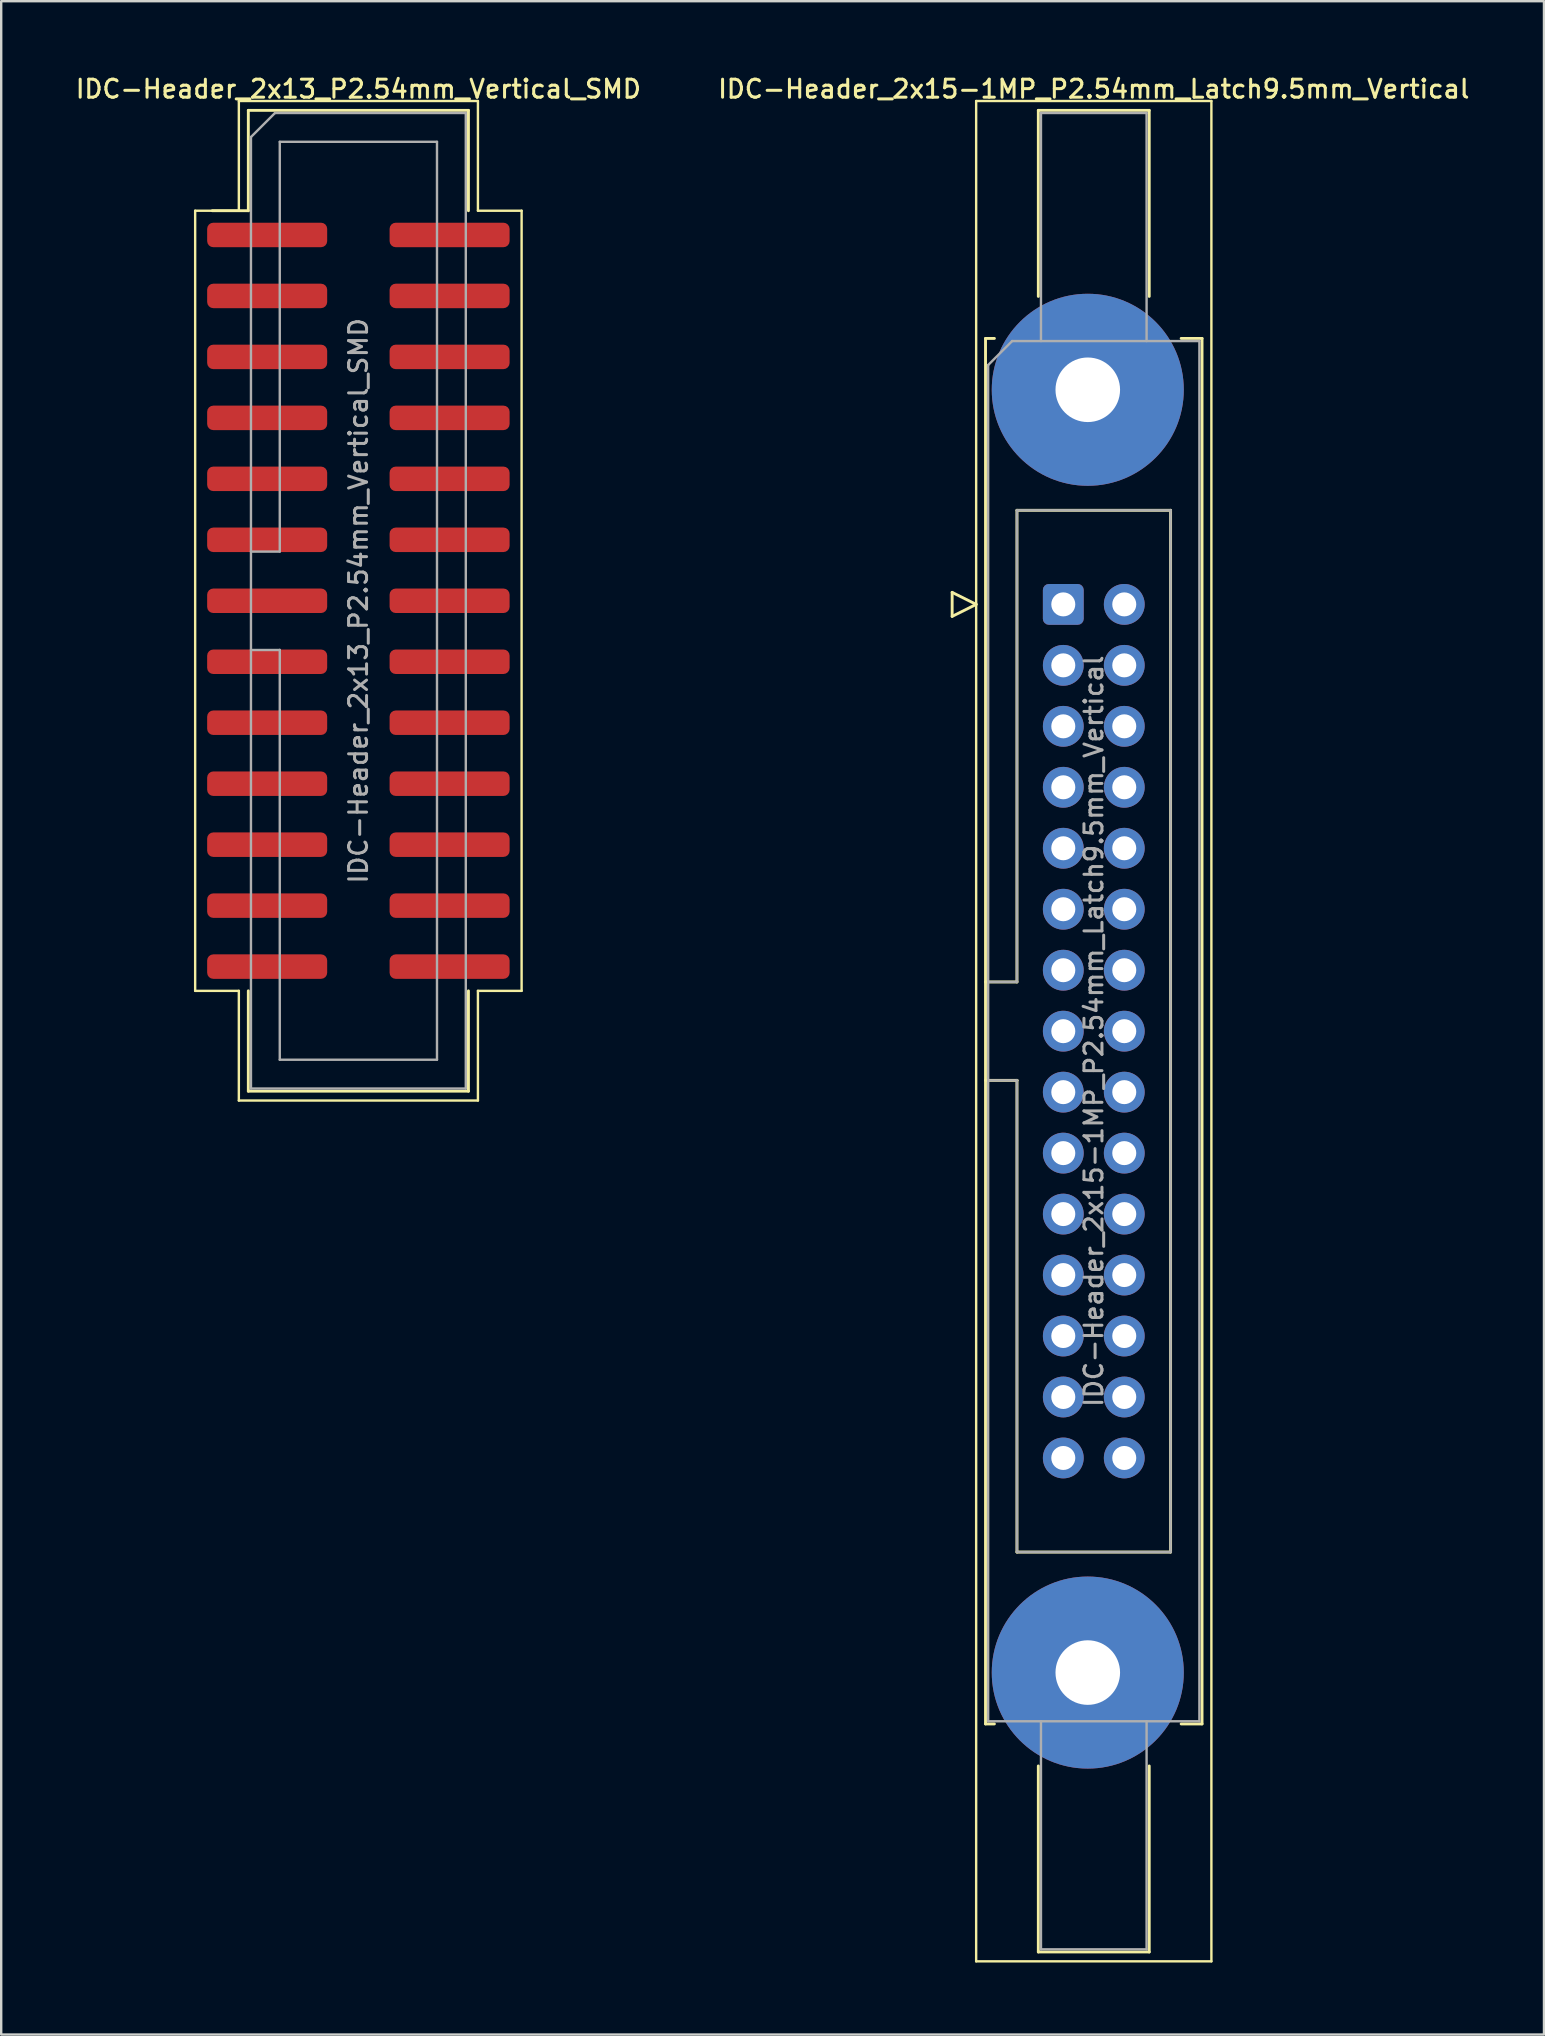
<source format=kicad_pcb>
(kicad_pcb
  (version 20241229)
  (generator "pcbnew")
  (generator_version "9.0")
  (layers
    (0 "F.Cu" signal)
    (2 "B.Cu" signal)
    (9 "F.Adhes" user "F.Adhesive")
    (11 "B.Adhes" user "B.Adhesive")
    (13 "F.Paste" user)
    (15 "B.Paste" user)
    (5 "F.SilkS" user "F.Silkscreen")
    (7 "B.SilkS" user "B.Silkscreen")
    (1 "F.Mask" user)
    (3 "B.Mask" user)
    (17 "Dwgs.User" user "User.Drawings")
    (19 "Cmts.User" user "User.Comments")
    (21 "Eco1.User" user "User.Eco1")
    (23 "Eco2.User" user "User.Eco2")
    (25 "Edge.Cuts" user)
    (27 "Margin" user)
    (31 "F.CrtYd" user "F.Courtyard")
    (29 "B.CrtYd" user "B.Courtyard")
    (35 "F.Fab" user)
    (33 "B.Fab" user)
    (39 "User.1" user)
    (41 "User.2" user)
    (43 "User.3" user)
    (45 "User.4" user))
  (footprint "IDC-Header_2x13_P2.54mm_Vertical_SMD"
    (layer "F.Cu")
    (at 11.88 21.978)
    (property "Reference" "IDC-Header_2x13_P2.54mm_Vertical_SMD" (at 0 -21.32 0) (layer "F.SilkS") (effects (font (size 0.75 0.75) (thickness 0.125))))
    (attr smd)
    (fp_line (start -6.8 -16.25) (end -6.8 16.25) (stroke (width 0.1) (type solid)) (layer "F.SilkS"))
    (fp_line (start -6.8 16.25) (end -4.98 16.25) (stroke (width 0.1) (type solid)) (layer "F.SilkS"))
    (fp_line (start -4.98 -20.82) (end -4.98 -16.25) (stroke (width 0.1) (type solid)) (layer "F.SilkS"))
    (fp_line (start -4.98 -16.25) (end -6.8 -16.25) (stroke (width 0.1) (type solid)) (layer "F.SilkS"))
    (fp_line (start -4.98 16.25) (end -4.98 20.82) (stroke (width 0.1) (type solid)) (layer "F.SilkS"))
    (fp_line (start -4.98 20.82) (end 4.98 20.82) (stroke (width 0.1) (type solid)) (layer "F.SilkS"))
    (fp_line (start -4.585 -20.43) (end 4.585 -20.43) (stroke (width 0.12) (type solid)) (layer "F.SilkS"))
    (fp_line (start -4.585 -16.25) (end -6.085 -16.25) (stroke (width 0.12) (type solid)) (layer "F.SilkS"))
    (fp_line (start -4.585 -16.25) (end -4.585 -20.43) (stroke (width 0.12) (type solid)) (layer "F.SilkS"))
    (fp_line (start -4.585 16.25) (end -4.585 20.43) (stroke (width 0.12) (type solid)) (layer "F.SilkS"))
    (fp_line (start -4.585 20.43) (end 4.585 20.43) (stroke (width 0.12) (type solid)) (layer "F.SilkS"))
    (fp_line (start 4.585 -20.43) (end 4.585 -16.25) (stroke (width 0.12) (type solid)) (layer "F.SilkS"))
    (fp_line (start 4.585 20.43) (end 4.585 16.25) (stroke (width 0.12) (type solid)) (layer "F.SilkS"))
    (fp_line (start 4.98 -20.82) (end -4.98 -20.82) (stroke (width 0.1) (type solid)) (layer "F.SilkS"))
    (fp_line (start 4.98 -16.25) (end 4.98 -20.82) (stroke (width 0.1) (type solid)) (layer "F.SilkS"))
    (fp_line (start 4.98 16.25) (end 6.8 16.25) (stroke (width 0.1) (type solid)) (layer "F.SilkS"))
    (fp_line (start 4.98 20.82) (end 4.98 16.25) (stroke (width 0.1) (type solid)) (layer "F.SilkS"))
    (fp_line (start 6.8 -16.25) (end 4.98 -16.25) (stroke (width 0.1) (type solid)) (layer "F.SilkS"))
    (fp_line (start 6.8 16.25) (end 6.8 -16.25) (stroke (width 0.1) (type solid)) (layer "F.SilkS"))
    (fp_line (start -4.475 -19.32) (end -3.475 -20.32) (stroke (width 0.1) (type solid)) (layer "F.Fab"))
    (fp_line (start -4.475 -2.05) (end -3.275 -2.05) (stroke (width 0.1) (type solid)) (layer "F.Fab"))
    (fp_line (start -4.475 20.32) (end -4.475 -19.32) (stroke (width 0.1) (type solid)) (layer "F.Fab"))
    (fp_line (start -3.475 -20.32) (end 4.475 -20.32) (stroke (width 0.1) (type solid)) (layer "F.Fab"))
    (fp_line (start -3.275 -19.12) (end 3.275 -19.12) (stroke (width 0.1) (type solid)) (layer "F.Fab"))
    (fp_line (start -3.275 -2.05) (end -3.275 -19.12) (stroke (width 0.1) (type solid)) (layer "F.Fab"))
    (fp_line (start -3.275 2.05) (end -4.475 2.05) (stroke (width 0.1) (type solid)) (layer "F.Fab"))
    (fp_line (start -3.275 2.05) (end -3.275 2.05) (stroke (width 0.1) (type solid)) (layer "F.Fab"))
    (fp_line (start -3.275 19.12) (end -3.275 2.05) (stroke (width 0.1) (type solid)) (layer "F.Fab"))
    (fp_line (start 3.275 -19.12) (end 3.275 19.12) (stroke (width 0.1) (type solid)) (layer "F.Fab"))
    (fp_line (start 3.275 19.12) (end -3.275 19.12) (stroke (width 0.1) (type solid)) (layer "F.Fab"))
    (fp_line (start 4.475 -20.32) (end 4.475 20.32) (stroke (width 0.1) (type solid)) (layer "F.Fab"))
    (fp_line (start 4.475 20.32) (end -4.475 20.32) (stroke (width 0.1) (type solid)) (layer "F.Fab"))
    (fp_text user "${REFERENCE}" (at 0 0 90) (layer "F.Fab") (effects (font (size 0.75 0.75) (thickness 0.125))))
    (pad "1" smd roundrect (at -3.8 -15.24) (size 5 1.02) (layers "F.Cu" "F.Mask" "F.Paste") (roundrect_rratio 0.25))
    (pad "2" smd roundrect (at 3.8 -15.24) (size 5 1.02) (layers "F.Cu" "F.Mask" "F.Paste") (roundrect_rratio 0.25))
    (pad "3" smd roundrect (at -3.8 -12.7) (size 5 1.02) (layers "F.Cu" "F.Mask" "F.Paste") (roundrect_rratio 0.25))
    (pad "4" smd roundrect (at 3.8 -12.7) (size 5 1.02) (layers "F.Cu" "F.Mask" "F.Paste") (roundrect_rratio 0.25))
    (pad "5" smd roundrect (at -3.8 -10.16) (size 5 1.02) (layers "F.Cu" "F.Mask" "F.Paste") (roundrect_rratio 0.25))
    (pad "6" smd roundrect (at 3.8 -10.16) (size 5 1.02) (layers "F.Cu" "F.Mask" "F.Paste") (roundrect_rratio 0.25))
    (pad "7" smd roundrect (at -3.8 -7.62) (size 5 1.02) (layers "F.Cu" "F.Mask" "F.Paste") (roundrect_rratio 0.25))
    (pad "8" smd roundrect (at 3.8 -7.62) (size 5 1.02) (layers "F.Cu" "F.Mask" "F.Paste") (roundrect_rratio 0.25))
    (pad "9" smd roundrect (at -3.8 -5.08) (size 5 1.02) (layers "F.Cu" "F.Mask" "F.Paste") (roundrect_rratio 0.25))
    (pad "10" smd roundrect (at 3.8 -5.08) (size 5 1.02) (layers "F.Cu" "F.Mask" "F.Paste") (roundrect_rratio 0.25))
    (pad "11" smd roundrect (at -3.8 -2.54) (size 5 1.02) (layers "F.Cu" "F.Mask" "F.Paste") (roundrect_rratio 0.25))
    (pad "12" smd roundrect (at 3.8 -2.54) (size 5 1.02) (layers "F.Cu" "F.Mask" "F.Paste") (roundrect_rratio 0.25))
    (pad "13" smd roundrect (at -3.8 0) (size 5 1.02) (layers "F.Cu" "F.Mask" "F.Paste") (roundrect_rratio 0.25))
    (pad "14" smd roundrect (at 3.8 0) (size 5 1.02) (layers "F.Cu" "F.Mask" "F.Paste") (roundrect_rratio 0.25))
    (pad "15" smd roundrect (at -3.8 2.54) (size 5 1.02) (layers "F.Cu" "F.Mask" "F.Paste") (roundrect_rratio 0.25))
    (pad "16" smd roundrect (at 3.8 2.54) (size 5 1.02) (layers "F.Cu" "F.Mask" "F.Paste") (roundrect_rratio 0.25))
    (pad "17" smd roundrect (at -3.8 5.08) (size 5 1.02) (layers "F.Cu" "F.Mask" "F.Paste") (roundrect_rratio 0.25))
    (pad "18" smd roundrect (at 3.8 5.08) (size 5 1.02) (layers "F.Cu" "F.Mask" "F.Paste") (roundrect_rratio 0.25))
    (pad "19" smd roundrect (at -3.8 7.62) (size 5 1.02) (layers "F.Cu" "F.Mask" "F.Paste") (roundrect_rratio 0.25))
    (pad "20" smd roundrect (at 3.8 7.62) (size 5 1.02) (layers "F.Cu" "F.Mask" "F.Paste") (roundrect_rratio 0.25))
    (pad "21" smd roundrect (at -3.8 10.16) (size 5 1.02) (layers "F.Cu" "F.Mask" "F.Paste") (roundrect_rratio 0.25))
    (pad "22" smd roundrect (at 3.8 10.16) (size 5 1.02) (layers "F.Cu" "F.Mask" "F.Paste") (roundrect_rratio 0.25))
    (pad "23" smd roundrect (at -3.8 12.7) (size 5 1.02) (layers "F.Cu" "F.Mask" "F.Paste") (roundrect_rratio 0.25))
    (pad "24" smd roundrect (at 3.8 12.7) (size 5 1.02) (layers "F.Cu" "F.Mask" "F.Paste") (roundrect_rratio 0.25))
    (pad "25" smd roundrect (at -3.8 15.24) (size 5 1.02) (layers "F.Cu" "F.Mask" "F.Paste") (roundrect_rratio 0.25))
    (pad "26" smd roundrect (at 3.8 15.24) (size 5 1.02) (layers "F.Cu" "F.Mask" "F.Paste") (roundrect_rratio 0.25)))
  (footprint "IDC-Header_2x15-1MP_P2.54mm_Latch9.5mm_Vertical"
    (layer "F.Cu")
    (at 41.246 22.128)
    (property "Reference" "IDC-Header_2x15-1MP_P2.54mm_Latch9.5mm_Vertical" (at 1.27 -21.47 0) (layer "F.SilkS") (effects (font (size 0.75 0.75) (thickness 0.125))))
    (attr through_hole)
    (fp_line (start -4.63 -0.5) (end -4.63 0.5) (stroke (width 0.12) (type solid)) (layer "F.SilkS"))
    (fp_line (start -4.63 0.5) (end -3.63 0) (stroke (width 0.12) (type solid)) (layer "F.SilkS"))
    (fp_line (start -3.63 -20.97) (end -3.63 56.53) (stroke (width 0.1) (type solid)) (layer "F.SilkS"))
    (fp_line (start -3.63 0) (end -4.63 -0.5) (stroke (width 0.12) (type solid)) (layer "F.SilkS"))
    (fp_line (start -3.63 56.53) (end 6.17 56.53) (stroke (width 0.1) (type solid)) (layer "F.SilkS"))
    (fp_line (start -3.24 -11.08) (end -3.24 46.64) (stroke (width 0.12) (type solid)) (layer "F.SilkS"))
    (fp_line (start -3.24 15.73) (end -1.93 15.73) (stroke (width 0.12) (type solid)) (layer "F.SilkS"))
    (fp_line (start -3.24 46.64) (end -2.87 46.64) (stroke (width 0.12) (type solid)) (layer "F.SilkS"))
    (fp_line (start -2.87 -11.08) (end -3.24 -11.08) (stroke (width 0.12) (type solid)) (layer "F.SilkS"))
    (fp_line (start -1.93 -3.92) (end 4.47 -3.92) (stroke (width 0.12) (type solid)) (layer "F.SilkS"))
    (fp_line (start -1.93 15.73) (end -1.93 -3.92) (stroke (width 0.12) (type solid)) (layer "F.SilkS"))
    (fp_line (start -1.93 19.83) (end -3.24 19.83) (stroke (width 0.12) (type solid)) (layer "F.SilkS"))
    (fp_line (start -1.93 19.83) (end -1.93 19.83) (stroke (width 0.12) (type solid)) (layer "F.SilkS"))
    (fp_line (start -1.93 39.48) (end -1.93 19.83) (stroke (width 0.12) (type solid)) (layer "F.SilkS"))
    (fp_line (start -1.04 -20.58) (end 3.58 -20.58) (stroke (width 0.12) (type solid)) (layer "F.SilkS"))
    (fp_line (start -1.04 -12.83) (end -1.04 -20.58) (stroke (width 0.12) (type solid)) (layer "F.SilkS"))
    (fp_line (start -1.04 48.39) (end -1.04 56.14) (stroke (width 0.12) (type solid)) (layer "F.SilkS"))
    (fp_line (start -1.04 56.14) (end 3.58 56.14) (stroke (width 0.12) (type solid)) (layer "F.SilkS"))
    (fp_line (start 3.58 -20.58) (end 3.58 -12.83) (stroke (width 0.12) (type solid)) (layer "F.SilkS"))
    (fp_line (start 3.58 56.14) (end 3.58 48.39) (stroke (width 0.12) (type solid)) (layer "F.SilkS"))
    (fp_line (start 4.47 -3.92) (end 4.47 39.48) (stroke (width 0.12) (type solid)) (layer "F.SilkS"))
    (fp_line (start 4.47 39.48) (end -1.93 39.48) (stroke (width 0.12) (type solid)) (layer "F.SilkS"))
    (fp_line (start 4.91 -11.08) (end 5.78 -11.08) (stroke (width 0.12) (type solid)) (layer "F.SilkS"))
    (fp_line (start 5.78 -11.08) (end 5.78 46.64) (stroke (width 0.12) (type solid)) (layer "F.SilkS"))
    (fp_line (start 5.78 46.64) (end 4.91 46.64) (stroke (width 0.12) (type solid)) (layer "F.SilkS"))
    (fp_line (start 6.17 -20.97) (end -3.63 -20.97) (stroke (width 0.1) (type solid)) (layer "F.SilkS"))
    (fp_line (start 6.17 56.53) (end 6.17 -20.97) (stroke (width 0.1) (type solid)) (layer "F.SilkS"))
    (fp_line (start -3.13 -9.97) (end -2.13 -10.97) (stroke (width 0.1) (type solid)) (layer "F.Fab"))
    (fp_line (start -3.13 15.73) (end -1.93 15.73) (stroke (width 0.1) (type solid)) (layer "F.Fab"))
    (fp_line (start -3.13 46.53) (end -3.13 -9.97) (stroke (width 0.1) (type solid)) (layer "F.Fab"))
    (fp_line (start -2.13 -10.97) (end 5.67 -10.97) (stroke (width 0.1) (type solid)) (layer "F.Fab"))
    (fp_line (start -1.93 -3.92) (end 4.47 -3.92) (stroke (width 0.1) (type solid)) (layer "F.Fab"))
    (fp_line (start -1.93 15.73) (end -1.93 -3.92) (stroke (width 0.1) (type solid)) (layer "F.Fab"))
    (fp_line (start -1.93 19.83) (end -3.13 19.83) (stroke (width 0.1) (type solid)) (layer "F.Fab"))
    (fp_line (start -1.93 19.83) (end -1.93 19.83) (stroke (width 0.1) (type solid)) (layer "F.Fab"))
    (fp_line (start -1.93 39.48) (end -1.93 19.83) (stroke (width 0.1) (type solid)) (layer "F.Fab"))
    (fp_line (start -0.93 -20.47) (end 3.47 -20.47) (stroke (width 0.1) (type solid)) (layer "F.Fab"))
    (fp_line (start -0.93 -10.97) (end -0.93 -20.47) (stroke (width 0.1) (type solid)) (layer "F.Fab"))
    (fp_line (start -0.93 46.53) (end -0.93 56.03) (stroke (width 0.1) (type solid)) (layer "F.Fab"))
    (fp_line (start -0.93 56.03) (end 3.47 56.03) (stroke (width 0.1) (type solid)) (layer "F.Fab"))
    (fp_line (start 3.47 -20.47) (end 3.47 -10.97) (stroke (width 0.1) (type solid)) (layer "F.Fab"))
    (fp_line (start 3.47 56.03) (end 3.47 46.53) (stroke (width 0.1) (type solid)) (layer "F.Fab"))
    (fp_line (start 4.47 -3.92) (end 4.47 39.48) (stroke (width 0.1) (type solid)) (layer "F.Fab"))
    (fp_line (start 4.47 39.48) (end -1.93 39.48) (stroke (width 0.1) (type solid)) (layer "F.Fab"))
    (fp_line (start 5.67 -10.97) (end 5.67 46.53) (stroke (width 0.1) (type solid)) (layer "F.Fab"))
    (fp_line (start 5.67 46.53) (end -3.13 46.53) (stroke (width 0.1) (type solid)) (layer "F.Fab"))
    (fp_text user "${REFERENCE}" (at 1.27 17.78 90) (layer "F.Fab") (effects (font (size 0.75 0.75) (thickness 0.125))))
    (pad "1" thru_hole roundrect (at 0 0) (size 1.7 1.7) (drill 1) (layers "*.Cu" "*.Mask") (roundrect_rratio 0.147))
    (pad "2" thru_hole circle (at 2.54 0) (size 1.7 1.7) (drill 1) (layers "*.Cu" "*.Mask"))
    (pad "3" thru_hole circle (at 0 2.54) (size 1.7 1.7) (drill 1) (layers "*.Cu" "*.Mask"))
    (pad "4" thru_hole circle (at 2.54 2.54) (size 1.7 1.7) (drill 1) (layers "*.Cu" "*.Mask"))
    (pad "5" thru_hole circle (at 0 5.08) (size 1.7 1.7) (drill 1) (layers "*.Cu" "*.Mask"))
    (pad "6" thru_hole circle (at 2.54 5.08) (size 1.7 1.7) (drill 1) (layers "*.Cu" "*.Mask"))
    (pad "7" thru_hole circle (at 0 7.62) (size 1.7 1.7) (drill 1) (layers "*.Cu" "*.Mask"))
    (pad "8" thru_hole circle (at 2.54 7.62) (size 1.7 1.7) (drill 1) (layers "*.Cu" "*.Mask"))
    (pad "9" thru_hole circle (at 0 10.16) (size 1.7 1.7) (drill 1) (layers "*.Cu" "*.Mask"))
    (pad "10" thru_hole circle (at 2.54 10.16) (size 1.7 1.7) (drill 1) (layers "*.Cu" "*.Mask"))
    (pad "11" thru_hole circle (at 0 12.7) (size 1.7 1.7) (drill 1) (layers "*.Cu" "*.Mask"))
    (pad "12" thru_hole circle (at 2.54 12.7) (size 1.7 1.7) (drill 1) (layers "*.Cu" "*.Mask"))
    (pad "13" thru_hole circle (at 0 15.24) (size 1.7 1.7) (drill 1) (layers "*.Cu" "*.Mask"))
    (pad "14" thru_hole circle (at 2.54 15.24) (size 1.7 1.7) (drill 1) (layers "*.Cu" "*.Mask"))
    (pad "15" thru_hole circle (at 0 17.78) (size 1.7 1.7) (drill 1) (layers "*.Cu" "*.Mask"))
    (pad "16" thru_hole circle (at 2.54 17.78) (size 1.7 1.7) (drill 1) (layers "*.Cu" "*.Mask"))
    (pad "17" thru_hole circle (at 0 20.32) (size 1.7 1.7) (drill 1) (layers "*.Cu" "*.Mask"))
    (pad "18" thru_hole circle (at 2.54 20.32) (size 1.7 1.7) (drill 1) (layers "*.Cu" "*.Mask"))
    (pad "19" thru_hole circle (at 0 22.86) (size 1.7 1.7) (drill 1) (layers "*.Cu" "*.Mask"))
    (pad "20" thru_hole circle (at 2.54 22.86) (size 1.7 1.7) (drill 1) (layers "*.Cu" "*.Mask"))
    (pad "21" thru_hole circle (at 0 25.4) (size 1.7 1.7) (drill 1) (layers "*.Cu" "*.Mask"))
    (pad "22" thru_hole circle (at 2.54 25.4) (size 1.7 1.7) (drill 1) (layers "*.Cu" "*.Mask"))
    (pad "23" thru_hole circle (at 0 27.94) (size 1.7 1.7) (drill 1) (layers "*.Cu" "*.Mask"))
    (pad "24" thru_hole circle (at 2.54 27.94) (size 1.7 1.7) (drill 1) (layers "*.Cu" "*.Mask"))
    (pad "25" thru_hole circle (at 0 30.48) (size 1.7 1.7) (drill 1) (layers "*.Cu" "*.Mask"))
    (pad "26" thru_hole circle (at 2.54 30.48) (size 1.7 1.7) (drill 1) (layers "*.Cu" "*.Mask"))
    (pad "27" thru_hole circle (at 0 33.02) (size 1.7 1.7) (drill 1) (layers "*.Cu" "*.Mask"))
    (pad "28" thru_hole circle (at 2.54 33.02) (size 1.7 1.7) (drill 1) (layers "*.Cu" "*.Mask"))
    (pad "29" thru_hole circle (at 0 35.56) (size 1.7 1.7) (drill 1) (layers "*.Cu" "*.Mask"))
    (pad "30" thru_hole circle (at 2.54 35.56) (size 1.7 1.7) (drill 1) (layers "*.Cu" "*.Mask"))
    (pad "MP" thru_hole circle (at 1.02 -8.94) (size 8 8) (drill 2.69) (layers "*.Cu" "*.Mask"))
    (pad "MP" thru_hole circle (at 1.02 44.5) (size 8 8) (drill 2.69) (layers "*.Cu" "*.Mask")))
  (gr_rect
    (start -3 -3)
    (end 61.271 81.708)
    (stroke (width 0.1) (type default))
    (fill no)
    (layer "Edge.Cuts")))
</source>
